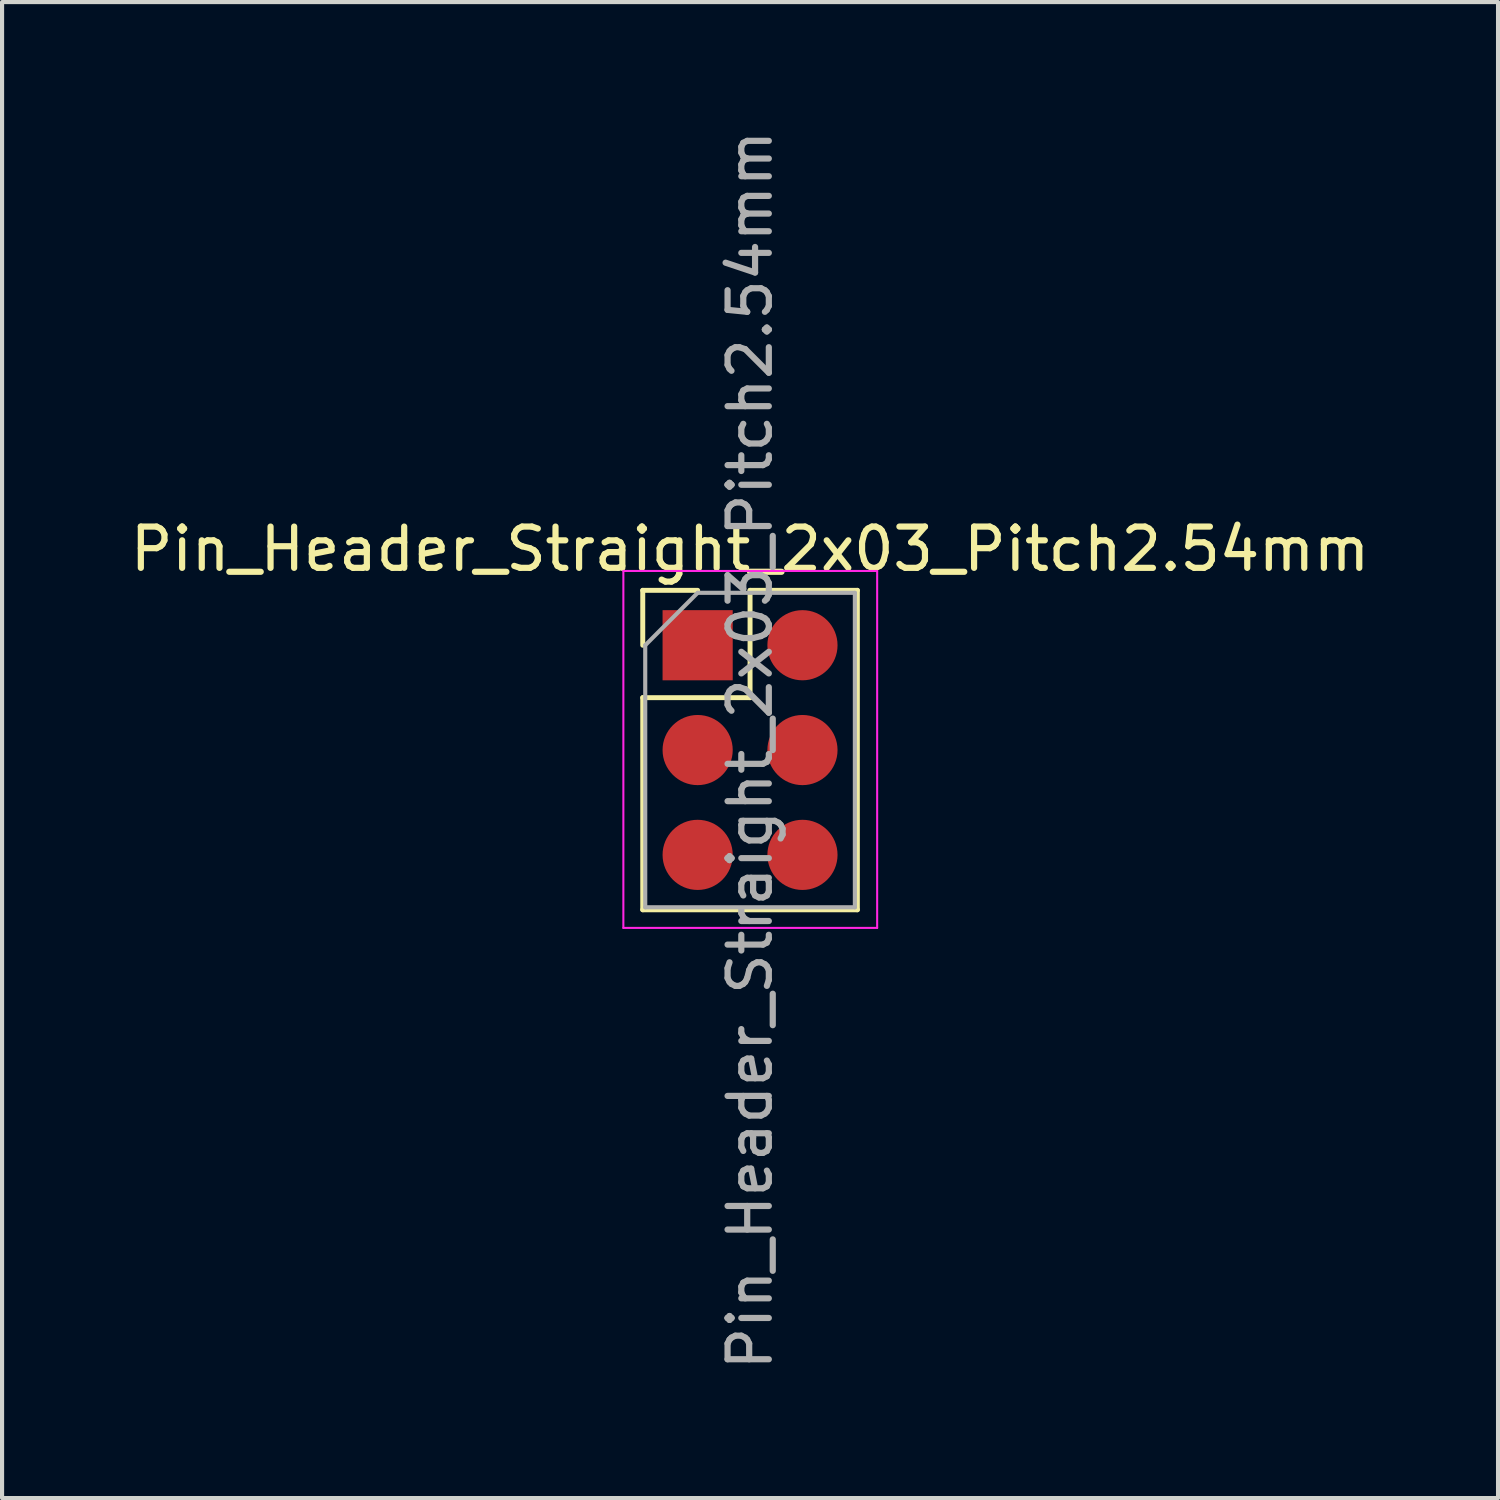
<source format=kicad_pcb>
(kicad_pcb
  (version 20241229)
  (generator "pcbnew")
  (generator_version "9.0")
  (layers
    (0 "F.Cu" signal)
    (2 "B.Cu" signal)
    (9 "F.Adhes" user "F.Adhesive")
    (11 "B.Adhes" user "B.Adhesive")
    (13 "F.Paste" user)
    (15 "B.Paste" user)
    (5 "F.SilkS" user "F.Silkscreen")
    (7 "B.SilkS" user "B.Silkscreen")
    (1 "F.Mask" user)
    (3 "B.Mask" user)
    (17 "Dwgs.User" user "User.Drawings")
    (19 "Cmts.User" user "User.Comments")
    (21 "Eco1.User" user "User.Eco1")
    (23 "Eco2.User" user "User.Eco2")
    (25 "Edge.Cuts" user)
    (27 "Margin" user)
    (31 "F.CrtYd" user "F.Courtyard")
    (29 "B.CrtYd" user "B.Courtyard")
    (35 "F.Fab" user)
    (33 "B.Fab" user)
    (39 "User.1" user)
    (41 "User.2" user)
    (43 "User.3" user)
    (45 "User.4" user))
  (footprint "Pin_Header_Straight_2x03_Pitch2.54mm"
    (layer "F.Cu")
    (at 13.855 12.585)
    (property "Reference" "Pin_Header_Straight_2x03_Pitch2.54mm" (at 1.27 -2.33 0) (layer "F.SilkS") (effects (font (size 1 1) (thickness 0.15))))
    (attr through_hole)
    (fp_line (start -1.33 -1.33) (end 0 -1.33) (stroke (width 0.12) (type solid)) (layer "F.SilkS"))
    (fp_line (start -1.33 0) (end -1.33 -1.33) (stroke (width 0.12) (type solid)) (layer "F.SilkS"))
    (fp_line (start -1.33 1.27) (end -1.33 6.41) (stroke (width 0.12) (type solid)) (layer "F.SilkS"))
    (fp_line (start -1.33 1.27) (end 1.27 1.27) (stroke (width 0.12) (type solid)) (layer "F.SilkS"))
    (fp_line (start -1.33 6.41) (end 3.87 6.41) (stroke (width 0.12) (type solid)) (layer "F.SilkS"))
    (fp_line (start 1.27 -1.33) (end 3.87 -1.33) (stroke (width 0.12) (type solid)) (layer "F.SilkS"))
    (fp_line (start 1.27 1.27) (end 1.27 -1.33) (stroke (width 0.12) (type solid)) (layer "F.SilkS"))
    (fp_line (start 3.87 -1.33) (end 3.87 6.41) (stroke (width 0.12) (type solid)) (layer "F.SilkS"))
    (fp_line (start -1.8 -1.8) (end -1.8 6.85) (stroke (width 0.05) (type solid)) (layer "F.CrtYd"))
    (fp_line (start -1.8 6.85) (end 4.35 6.85) (stroke (width 0.05) (type solid)) (layer "F.CrtYd"))
    (fp_line (start 4.35 -1.8) (end -1.8 -1.8) (stroke (width 0.05) (type solid)) (layer "F.CrtYd"))
    (fp_line (start 4.35 6.85) (end 4.35 -1.8) (stroke (width 0.05) (type solid)) (layer "F.CrtYd"))
    (fp_line (start -1.27 0) (end 0 -1.27) (stroke (width 0.1) (type solid)) (layer "F.Fab"))
    (fp_line (start -1.27 6.35) (end -1.27 0) (stroke (width 0.1) (type solid)) (layer "F.Fab"))
    (fp_line (start 0 -1.27) (end 3.81 -1.27) (stroke (width 0.1) (type solid)) (layer "F.Fab"))
    (fp_line (start 3.81 -1.27) (end 3.81 6.35) (stroke (width 0.1) (type solid)) (layer "F.Fab"))
    (fp_line (start 3.81 6.35) (end -1.27 6.35) (stroke (width 0.1) (type solid)) (layer "F.Fab"))
    (fp_text user "${REFERENCE}" (at 1.27 2.54 90) (layer "F.Fab") (effects (font (size 1 1) (thickness 0.15))))
    (pad "1" smd rect (at 0 0) (size 1.7 1.7) (layers "F.Cu" "F.Mask" "F.Paste"))
    (pad "2" smd oval (at 2.54 0) (size 1.7 1.7) (layers "F.Cu" "F.Mask" "F.Paste"))
    (pad "3" smd oval (at 0 2.54) (size 1.7 1.7) (layers "F.Cu" "F.Mask" "F.Paste"))
    (pad "4" smd oval (at 2.54 2.54) (size 1.7 1.7) (layers "F.Cu" "F.Mask" "F.Paste"))
    (pad "5" smd oval (at 0 5.08) (size 1.7 1.7) (layers "F.Cu" "F.Mask" "F.Paste"))
    (pad "6" smd oval (at 2.54 5.08) (size 1.7 1.7) (layers "F.Cu" "F.Mask" "F.Paste")))
  (gr_rect
    (start -3 -3)
    (end 33.25 33.25)
    (stroke (width 0.1) (type default))
    (fill no)
    (layer "Edge.Cuts")))
</source>
